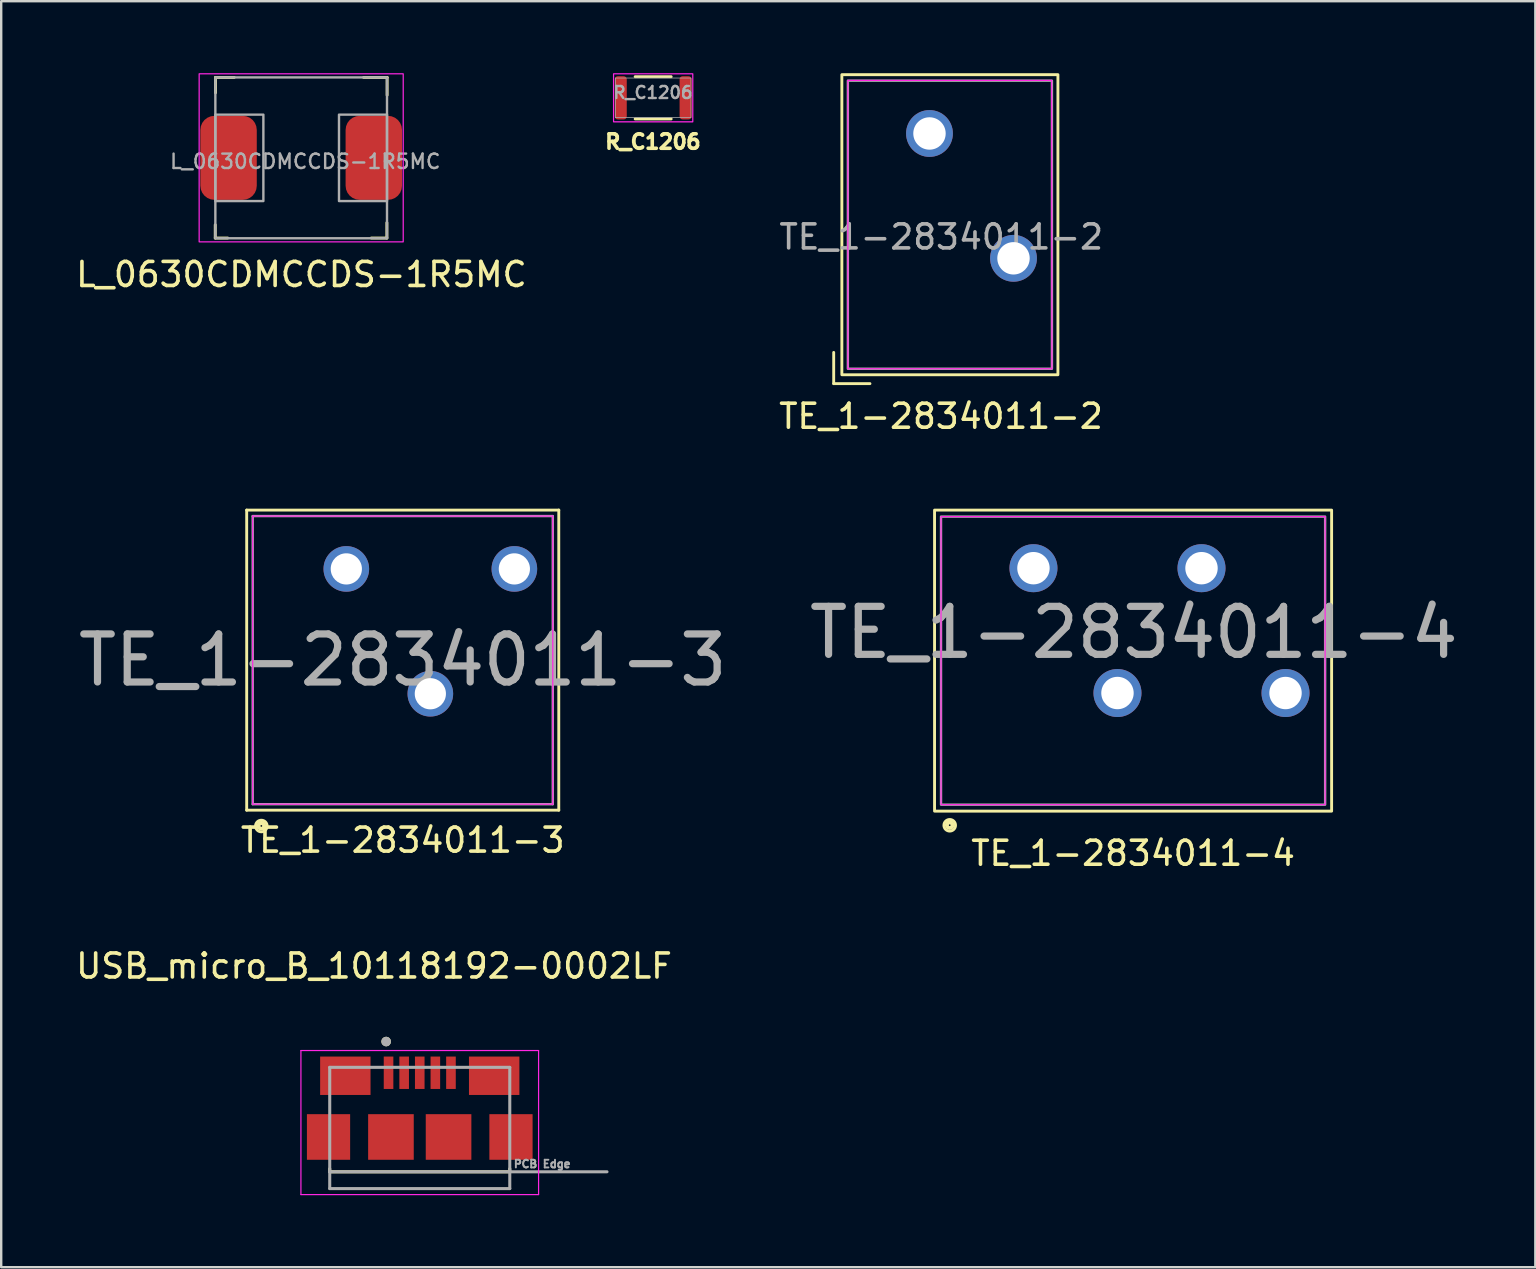
<source format=kicad_pcb>
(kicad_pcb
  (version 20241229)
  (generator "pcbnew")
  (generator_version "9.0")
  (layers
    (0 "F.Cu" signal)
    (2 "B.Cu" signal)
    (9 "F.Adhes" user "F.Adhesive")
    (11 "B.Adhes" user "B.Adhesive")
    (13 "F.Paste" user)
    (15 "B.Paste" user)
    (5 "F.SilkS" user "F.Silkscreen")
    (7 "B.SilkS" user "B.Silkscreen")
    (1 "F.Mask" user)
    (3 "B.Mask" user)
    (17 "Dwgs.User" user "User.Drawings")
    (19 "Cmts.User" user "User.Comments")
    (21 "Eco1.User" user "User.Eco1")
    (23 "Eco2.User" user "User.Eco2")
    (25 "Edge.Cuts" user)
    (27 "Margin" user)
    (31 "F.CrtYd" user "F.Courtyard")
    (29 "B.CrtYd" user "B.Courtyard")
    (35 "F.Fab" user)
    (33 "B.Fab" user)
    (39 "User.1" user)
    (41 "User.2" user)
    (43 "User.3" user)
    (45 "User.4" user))
  (footprint "L_0630CDMCCDS-1R5MC"
    (layer "F.Cu")
    (at 9.496 3.525)
    (property "Reference" "L_0630CDMCCDS-1R5MC" (at 0.01 4.86 0) (unlocked yes) (layer "F.SilkS") (effects (font (size 1 1) (thickness 0.15))))
    (attr smd)
    (fp_line (start -3.58 2.79) (end -3.58 3.34) (stroke (width 0.12) (type solid)) (layer "F.SilkS"))
    (fp_line (start -3.58 3.34) (end -3.06 3.34) (stroke (width 0.12) (type solid)) (layer "F.SilkS"))
    (fp_line (start -3.57 -3.35) (end -3.57 -2.71) (stroke (width 0.12) (type solid)) (layer "F.SilkS"))
    (fp_line (start -2.79 -3.35) (end -3.57 -3.35) (stroke (width 0.12) (type solid)) (layer "F.SilkS"))
    (fp_line (start 2.6 -3.35) (end 3.58 -3.35) (stroke (width 0.12) (type solid)) (layer "F.SilkS"))
    (fp_line (start 3.57 2.7) (end 3.57 3.34) (stroke (width 0.12) (type solid)) (layer "F.SilkS"))
    (fp_line (start 3.57 3.34) (end 2.92 3.34) (stroke (width 0.12) (type solid)) (layer "F.SilkS"))
    (fp_line (start 3.58 -3.35) (end 3.58 -2.61) (stroke (width 0.12) (type solid)) (layer "F.SilkS"))
    (fp_rect (start -4.25 -3.5) (end 4.25 3.5) (stroke (width 0.05) (type solid)) (fill no) (layer "F.CrtYd"))
    (fp_rect (start -3.575 -3.35) (end 3.575 3.35) (stroke (width 0.1) (type solid)) (fill no) (layer "F.Fab"))
    (fp_rect (start -3.575 -1.8) (end -1.575 1.8) (stroke (width 0.1) (type solid)) (fill no) (layer "F.Fab"))
    (fp_rect (start 1.575 -1.8) (end 3.575 1.8) (stroke (width 0.1) (type solid)) (fill no) (layer "F.Fab"))
    (fp_text user "${REFERENCE}" (at 0.17 0.15 0) (unlocked yes) (layer "F.Fab") (effects (font (size 0.6 0.6) (thickness 0.1))))
    (pad "1" smd roundrect (at 3.025 0) (size 2.35 3.5) (layers "F.Cu" "F.Mask" "F.Paste") (roundrect_rratio 0.25))
    (pad "2" smd roundrect (at -3.025 0) (size 2.35 3.5) (layers "F.Cu" "F.Mask" "F.Paste") (roundrect_rratio 0.25)))
  (footprint "TE_1-2834011-2"
    (layer "F.Cu")
    (at 36.158 6.63)
    (property "Reference" "TE_1-2834011-2" (at -0.01 7.66 0) (unlocked yes) (layer "F.SilkS") (effects (font (size 1 1) (thickness 0.15))))
    (attr through_hole)
    (fp_line (start -4.48 5) (end -4.48 6.3) (stroke (width 0.12) (type solid)) (layer "F.SilkS"))
    (fp_line (start -4.48 6.3) (end -2.97 6.3) (stroke (width 0.12) (type solid)) (layer "F.SilkS"))
    (fp_rect (start -4.14 -6.57) (end 4.86 5.93) (stroke (width 0.12) (type solid)) (fill no) (layer "F.SilkS"))
    (fp_line (start -3.89 -6.33) (end 4.6 -6.33) (stroke (width 0.05) (type solid)) (layer "F.CrtYd"))
    (fp_line (start -3.89 5.68) (end -3.89 -6.33) (stroke (width 0.05) (type solid)) (layer "F.CrtYd"))
    (fp_line (start 4.6 -6.33) (end 4.61 5.68) (stroke (width 0.05) (type solid)) (layer "F.CrtYd"))
    (fp_line (start 4.61 5.68) (end -3.89 5.68) (stroke (width 0.05) (type solid)) (layer "F.CrtYd"))
    (fp_rect (start -3.89 -6.32) (end 4.61 5.68) (stroke (width 0.1) (type solid)) (fill no) (layer "F.Fab"))
    (fp_text user "${REFERENCE}" (at 0 0.19 0) (unlocked yes) (layer "F.Fab") (effects (font (size 1 1) (thickness 0.15))))
    (pad "1" thru_hole circle (at 3.01 1.08) (size 1.95 1.95) (drill 1.35) (layers "*.Cu" "*.Mask"))
    (pad "2" thru_hole circle (at -0.49 -4.12) (size 1.95 1.95) (drill 1.35) (layers "*.Cu" "*.Mask")))
  (footprint "TE_1-2834011-4"
    (layer "F.Cu")
    (at 44.149 24.468)
    (property "Reference" "TE_1-2834011-4" (at 0 8.026 0) (unlocked yes) (layer "F.SilkS") (effects (font (size 1 1) (thickness 0.15))))
    (attr through_hole)
    (fp_rect (start -8.27 -6.27) (end 8.27 6.27) (stroke (width 0.12) (type solid)) (fill no) (layer "F.SilkS"))
    (fp_circle (center -7.638 6.85) (end -7.498 6.88) (stroke (width 0.12) (type solid)) (fill no) (layer "F.SilkS"))
    (fp_circle (center -7.638 6.856) (end -7.658 6.826) (stroke (width 0.12) (type solid)) (fill no) (layer "F.SilkS"))
    (fp_circle (center -7.638 6.86) (end -7.418 6.96) (stroke (width 0.12) (type solid)) (fill no) (layer "F.SilkS"))
    (fp_rect (start -8 -6) (end 8 6) (stroke (width 0.05) (type solid)) (fill no) (layer "F.CrtYd"))
    (fp_rect (start -8 -6) (end 8 6) (stroke (width 0.1) (type solid)) (fill no) (layer "F.Fab"))
    (fp_text user "${REFERENCE}" (at 0.03 -1.17 0) (unlocked yes) (layer "F.Fab") (effects (font (size 2 2) (thickness 0.3))))
    (pad "1" thru_hole circle (at 6.35 1.35) (size 2 2) (drill 1.35) (layers "*.Cu" "*.Mask"))
    (pad "2" thru_hole circle (at -0.65 1.35) (size 2 2) (drill 1.35) (layers "*.Cu" "*.Mask"))
    (pad "3" thru_hole circle (at 2.85 -3.85) (size 2 2) (drill 1.35) (layers "*.Cu" "*.Mask"))
    (pad "4" thru_hole circle (at -4.15 -3.85) (size 2 2) (drill 1.35) (layers "*.Cu" "*.Mask")))
  (footprint "R_C1206"
    (layer "F.Cu")
    (at 24.158 1.025)
    (property "Reference" "R_C1206" (at -0.01 1.83 0) (unlocked yes) (layer "F.SilkS") (effects (font (size 0.6 0.6) (thickness 0.15))))
    (attr smd)
    (fp_line (start 0.75 -0.88) (end -0.75 -0.88) (stroke (width 0.12) (type solid)) (layer "F.SilkS"))
    (fp_line (start 0.75 0.88) (end -0.75 0.88) (stroke (width 0.12) (type solid)) (layer "F.SilkS"))
    (fp_rect (start -1.65 -1) (end 1.65 1) (stroke (width 0.05) (type solid)) (fill no) (layer "F.CrtYd"))
    (fp_rect (start -1.575 -0.825) (end 1.575 0.825) (stroke (width 0.03) (type solid)) (fill no) (layer "F.Fab"))
    (fp_text user "${REFERENCE}" (at -0.01 -0.22 0) (unlocked yes) (layer "F.Fab") (effects (font (size 0.5 0.5) (thickness 0.1))))
    (pad "1" smd roundrect (at 1.35 0) (size 0.5 1.8) (layers "F.Cu" "F.Mask" "F.Paste") (roundrect_rratio 0.25))
    (pad "2" smd roundrect (at -1.35 0) (size 0.5 1.8) (layers "*.Mask" "F.Cu" "F.Paste") (roundrect_rratio 0.25)))
  (footprint "USB_micro_B_10118192-0002LF"
    (layer "F.Cu")
    (at 14.435 41.636)
    (property "Reference" "USB_micro_B_10118192-0002LF" (at -1.905 -4.445 0) (layer "F.SilkS") (effects (font (size 1 1) (thickness 0.15))))
    (attr smd)
    (fp_line (start -3.75 4) (end -3.75 4.125) (stroke (width 0.127) (type solid)) (layer "F.SilkS"))
    (fp_line (start -3.75 4.125) (end 3.75 4.125) (stroke (width 0.127) (type solid)) (layer "F.SilkS"))
    (fp_line (start 3.75 4.125) (end 3.75 4) (stroke (width 0.127) (type solid)) (layer "F.SilkS"))
    (fp_circle (center -1.4 -1.3) (end -1.3 -1.3) (stroke (width 0.2) (type solid)) (fill no) (layer "F.SilkS"))
    (fp_line (start -4.95 -0.925) (end 4.95 -0.925) (stroke (width 0.05) (type solid)) (layer "F.CrtYd"))
    (fp_line (start -4.95 5.075) (end -4.95 -0.925) (stroke (width 0.05) (type solid)) (layer "F.CrtYd"))
    (fp_line (start 4.95 -0.925) (end 4.95 5.075) (stroke (width 0.05) (type solid)) (layer "F.CrtYd"))
    (fp_line (start 4.95 5.075) (end -4.95 5.075) (stroke (width 0.05) (type solid)) (layer "F.CrtYd"))
    (fp_line (start -3.75 -0.225) (end 3.75 -0.225) (stroke (width 0.127) (type solid)) (layer "F.Fab"))
    (fp_line (start -3.75 4.125) (end -3.75 -0.225) (stroke (width 0.127) (type solid)) (layer "F.Fab"))
    (fp_line (start -3.75 4.825) (end -3.75 4.125) (stroke (width 0.127) (type solid)) (layer "F.Fab"))
    (fp_line (start 3.75 -0.225) (end 3.75 4.125) (stroke (width 0.127) (type solid)) (layer "F.Fab"))
    (fp_line (start 3.75 4.125) (end -3.75 4.125) (stroke (width 0.127) (type solid)) (layer "F.Fab"))
    (fp_line (start 3.75 4.125) (end 3.75 4.825) (stroke (width 0.127) (type solid)) (layer "F.Fab"))
    (fp_line (start 3.75 4.125) (end 7.8 4.125) (stroke (width 0.127) (type solid)) (layer "F.Fab"))
    (fp_line (start 3.75 4.825) (end -3.75 4.825) (stroke (width 0.127) (type solid)) (layer "F.Fab"))
    (fp_circle (center -1.4 -1.3) (end -1.3 -1.3) (stroke (width 0.2) (type solid)) (fill no) (layer "F.Fab"))
    (fp_text user "PCB Edge" (at 5.1 3.8 0) (layer "F.Fab") (effects (font (size 0.32 0.32) (thickness 0.15))))
    (pad "1" smd rect (at -1.3 0) (size 0.4 1.35) (layers "F.Cu" "F.Mask" "F.Paste"))
    (pad "2" smd rect (at -0.65 0) (size 0.4 1.35) (layers "F.Cu" "F.Mask" "F.Paste"))
    (pad "3" smd rect (at 0 0) (size 0.4 1.35) (layers "F.Cu" "F.Mask" "F.Paste"))
    (pad "4" smd rect (at 0.65 0) (size 0.4 1.35) (layers "F.Cu" "F.Mask" "F.Paste"))
    (pad "5" smd rect (at 1.3 0) (size 0.4 1.35) (layers "F.Cu" "F.Mask" "F.Paste"))
    (pad "S1" smd rect (at -3.1 0.125) (size 2.1 1.6) (layers "F.Cu" "F.Mask" "F.Paste"))
    (pad "S2" smd rect (at 3.1 0.125) (size 2.1 1.6) (layers "F.Cu" "F.Mask" "F.Paste"))
    (pad "S3" smd rect (at -3.8 2.675) (size 1.8 1.9) (layers "F.Cu" "F.Mask" "F.Paste"))
    (pad "S4" smd rect (at -1.2 2.675) (size 1.9 1.9) (layers "F.Cu" "F.Mask" "F.Paste"))
    (pad "S5" smd rect (at 1.2 2.675) (size 1.9 1.9) (layers "F.Cu" "F.Mask" "F.Paste"))
    (pad "S6" smd rect (at 3.8 2.675) (size 1.8 1.9) (layers "F.Cu" "F.Mask" "F.Paste")))
  (footprint "TE_1-2834011-3"
    (layer "F.Cu")
    (at 13.726 24.448)
    (property "Reference" "TE_1-2834011-3" (at 0 7.5 0) (unlocked yes) (layer "F.SilkS") (effects (font (size 1 1) (thickness 0.15))))
    (attr through_hole)
    (fp_line (start -6.5 -6.25) (end 6.5 -6.25) (stroke (width 0.12) (type solid)) (layer "F.SilkS"))
    (fp_line (start -6.5 6.25) (end -6.5 -6.25) (stroke (width 0.12) (type solid)) (layer "F.SilkS"))
    (fp_line (start 6.5 -6.25) (end 6.5 6.25) (stroke (width 0.12) (type solid)) (layer "F.SilkS"))
    (fp_line (start 6.5 6.25) (end -6.5 6.25) (stroke (width 0.12) (type solid)) (layer "F.SilkS"))
    (fp_circle (center -5.89 6.9) (end -5.75 6.93) (stroke (width 0.12) (type solid)) (fill no) (layer "F.SilkS"))
    (fp_circle (center -5.89 6.906) (end -5.91 6.876) (stroke (width 0.12) (type solid)) (fill no) (layer "F.SilkS"))
    (fp_circle (center -5.89 6.91) (end -5.67 7.01) (stroke (width 0.12) (type solid)) (fill no) (layer "F.SilkS"))
    (fp_line (start -6.25 -6) (end 6.25 -6) (stroke (width 0.05) (type solid)) (layer "F.CrtYd"))
    (fp_line (start -6.25 6) (end -6.25 -6) (stroke (width 0.05) (type solid)) (layer "F.CrtYd"))
    (fp_line (start 6.25 -6) (end 6.25 6) (stroke (width 0.05) (type solid)) (layer "F.CrtYd"))
    (fp_line (start 6.25 6) (end -6.25 6) (stroke (width 0.05) (type solid)) (layer "F.CrtYd"))
    (fp_line (start -6.25 -6) (end 6.25 -6) (stroke (width 0.1) (type solid)) (layer "F.Fab"))
    (fp_line (start -6.25 6) (end -6.25 -6) (stroke (width 0.1) (type solid)) (layer "F.Fab"))
    (fp_line (start 6.25 -6) (end 6.25 6) (stroke (width 0.1) (type solid)) (layer "F.Fab"))
    (fp_line (start 6.25 6) (end -6.25 6) (stroke (width 0.1) (type solid)) (layer "F.Fab"))
    (fp_text user "${REFERENCE}" (at 0 0 0) (unlocked yes) (layer "F.Fab") (effects (font (size 2 2) (thickness 0.3))))
    (pad "1" thru_hole circle (at -2.35 -3.8) (size 1.9 1.9) (drill 1.3) (layers "*.Cu" "*.Mask"))
    (pad "2" thru_hole circle (at 1.15 1.4) (size 1.9 1.9) (drill 1.3) (layers "*.Cu" "*.Mask"))
    (pad "3" thru_hole circle (at 4.65 -3.8) (size 1.9 1.9) (drill 1.3) (layers "*.Cu" "*.Mask")))
  (gr_rect
    (start -3 -3)
    (end 60.905 49.736)
    (stroke (width 0.1) (type default))
    (fill no)
    (layer "Edge.Cuts")))
</source>
